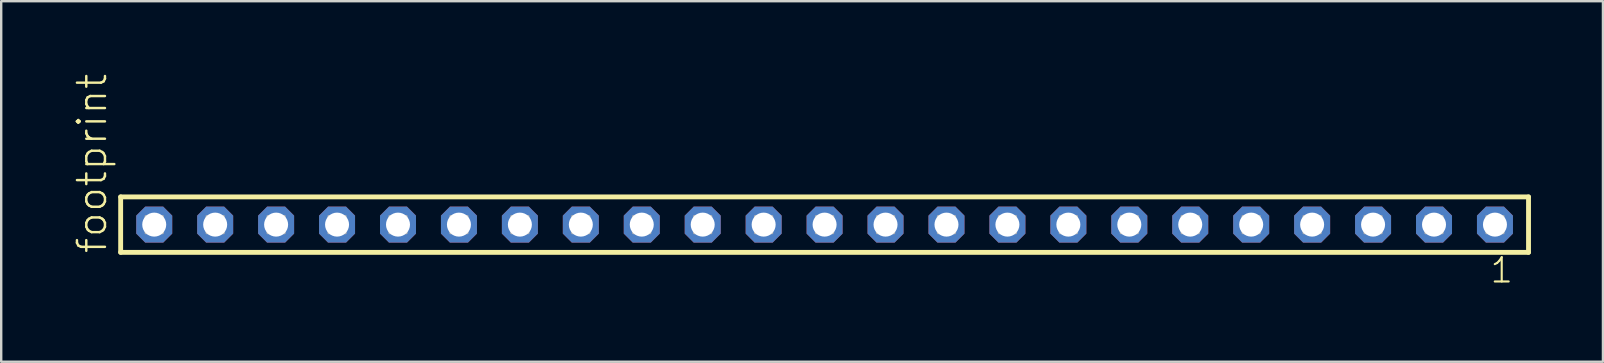
<source format=kicad_pcb>
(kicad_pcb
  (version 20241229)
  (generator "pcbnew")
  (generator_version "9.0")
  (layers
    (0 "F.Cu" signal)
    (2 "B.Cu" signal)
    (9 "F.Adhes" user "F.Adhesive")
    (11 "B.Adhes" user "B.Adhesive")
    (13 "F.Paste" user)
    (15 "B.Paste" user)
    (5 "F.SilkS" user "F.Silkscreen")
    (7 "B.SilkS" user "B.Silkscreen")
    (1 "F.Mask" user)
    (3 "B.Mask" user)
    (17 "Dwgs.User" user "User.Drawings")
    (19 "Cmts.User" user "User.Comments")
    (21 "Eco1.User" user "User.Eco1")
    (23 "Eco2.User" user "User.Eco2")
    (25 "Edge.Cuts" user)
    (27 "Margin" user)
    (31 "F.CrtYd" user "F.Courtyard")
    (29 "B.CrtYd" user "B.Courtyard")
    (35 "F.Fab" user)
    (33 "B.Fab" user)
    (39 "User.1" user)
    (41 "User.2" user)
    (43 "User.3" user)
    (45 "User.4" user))
  (footprint "footprint"
    (layer "F.Cu")
    (at 31.318 6.312)
    (property "Reference" "footprint" (at -29.845 1.27 90) (layer "F.SilkS") (effects (font (size 1.168 1.168) (thickness 0.102)) (justify left bottom)))
    (fp_line (start -29.339 -1.155) (end 29.339 -1.155) (stroke (width 0.203) (type solid)) (layer "F.SilkS"))
    (fp_line (start -29.339 1.155) (end -29.339 -1.155) (stroke (width 0.203) (type solid)) (layer "F.SilkS"))
    (fp_line (start 29.339 -1.155) (end 29.339 1.155) (stroke (width 0.203) (type solid)) (layer "F.SilkS"))
    (fp_line (start 29.339 1.155) (end -29.339 1.155) (stroke (width 0.203) (type solid)) (layer "F.SilkS"))
    (fp_poly (pts (xy -28.29 0.35) (xy -27.59 0.35) (xy -27.59 -0.35) (xy -28.29 -0.35)) (stroke (width 0.1) (type solid)) (fill no) (layer "F.Fab"))
    (fp_poly (pts (xy -25.75 0.35) (xy -25.05 0.35) (xy -25.05 -0.35) (xy -25.75 -0.35)) (stroke (width 0.1) (type solid)) (fill no) (layer "F.Fab"))
    (fp_poly (pts (xy -23.21 0.35) (xy -22.51 0.35) (xy -22.51 -0.35) (xy -23.21 -0.35)) (stroke (width 0.1) (type solid)) (fill no) (layer "F.Fab"))
    (fp_poly (pts (xy -20.67 0.35) (xy -19.97 0.35) (xy -19.97 -0.35) (xy -20.67 -0.35)) (stroke (width 0.1) (type solid)) (fill no) (layer "F.Fab"))
    (fp_poly (pts (xy -18.13 0.35) (xy -17.43 0.35) (xy -17.43 -0.35) (xy -18.13 -0.35)) (stroke (width 0.1) (type solid)) (fill no) (layer "F.Fab"))
    (fp_poly (pts (xy -15.59 0.35) (xy -14.89 0.35) (xy -14.89 -0.35) (xy -15.59 -0.35)) (stroke (width 0.1) (type solid)) (fill no) (layer "F.Fab"))
    (fp_poly (pts (xy -13.05 0.35) (xy -12.35 0.35) (xy -12.35 -0.35) (xy -13.05 -0.35)) (stroke (width 0.1) (type solid)) (fill no) (layer "F.Fab"))
    (fp_poly (pts (xy -10.51 0.35) (xy -9.81 0.35) (xy -9.81 -0.35) (xy -10.51 -0.35)) (stroke (width 0.1) (type solid)) (fill no) (layer "F.Fab"))
    (fp_poly (pts (xy -7.97 0.35) (xy -7.27 0.35) (xy -7.27 -0.35) (xy -7.97 -0.35)) (stroke (width 0.1) (type solid)) (fill no) (layer "F.Fab"))
    (fp_poly (pts (xy -5.43 0.35) (xy -4.73 0.35) (xy -4.73 -0.35) (xy -5.43 -0.35)) (stroke (width 0.1) (type solid)) (fill no) (layer "F.Fab"))
    (fp_poly (pts (xy -2.89 0.35) (xy -2.19 0.35) (xy -2.19 -0.35) (xy -2.89 -0.35)) (stroke (width 0.1) (type solid)) (fill no) (layer "F.Fab"))
    (fp_poly (pts (xy -0.35 0.35) (xy 0.35 0.35) (xy 0.35 -0.35) (xy -0.35 -0.35)) (stroke (width 0.1) (type solid)) (fill no) (layer "F.Fab"))
    (fp_poly (pts (xy 2.19 0.35) (xy 2.89 0.35) (xy 2.89 -0.35) (xy 2.19 -0.35)) (stroke (width 0.1) (type solid)) (fill no) (layer "F.Fab"))
    (fp_poly (pts (xy 4.73 0.35) (xy 5.43 0.35) (xy 5.43 -0.35) (xy 4.73 -0.35)) (stroke (width 0.1) (type solid)) (fill no) (layer "F.Fab"))
    (fp_poly (pts (xy 7.27 0.35) (xy 7.97 0.35) (xy 7.97 -0.35) (xy 7.27 -0.35)) (stroke (width 0.1) (type solid)) (fill no) (layer "F.Fab"))
    (fp_poly (pts (xy 9.81 0.35) (xy 10.51 0.35) (xy 10.51 -0.35) (xy 9.81 -0.35)) (stroke (width 0.1) (type solid)) (fill no) (layer "F.Fab"))
    (fp_poly (pts (xy 12.35 0.35) (xy 13.05 0.35) (xy 13.05 -0.35) (xy 12.35 -0.35)) (stroke (width 0.1) (type solid)) (fill no) (layer "F.Fab"))
    (fp_poly (pts (xy 14.89 0.35) (xy 15.59 0.35) (xy 15.59 -0.35) (xy 14.89 -0.35)) (stroke (width 0.1) (type solid)) (fill no) (layer "F.Fab"))
    (fp_poly (pts (xy 17.43 0.35) (xy 18.13 0.35) (xy 18.13 -0.35) (xy 17.43 -0.35)) (stroke (width 0.1) (type solid)) (fill no) (layer "F.Fab"))
    (fp_poly (pts (xy 19.97 0.35) (xy 20.67 0.35) (xy 20.67 -0.35) (xy 19.97 -0.35)) (stroke (width 0.1) (type solid)) (fill no) (layer "F.Fab"))
    (fp_poly (pts (xy 22.51 0.35) (xy 23.21 0.35) (xy 23.21 -0.35) (xy 22.51 -0.35)) (stroke (width 0.1) (type solid)) (fill no) (layer "F.Fab"))
    (fp_poly (pts (xy 25.05 0.35) (xy 25.75 0.35) (xy 25.75 -0.35) (xy 25.05 -0.35)) (stroke (width 0.1) (type solid)) (fill no) (layer "F.Fab"))
    (fp_poly (pts (xy 27.59 0.35) (xy 28.29 0.35) (xy 28.29 -0.35) (xy 27.59 -0.35)) (stroke (width 0.1) (type solid)) (fill no) (layer "F.Fab"))
    (fp_text user "1" (at 27.682 2.498 0) (layer "F.SilkS") (effects (font (size 1.012 1.012) (thickness 0.088)) (justify left bottom)))
    (pad "1" thru_hole roundrect (at 27.94 0 180) (size 1.5 1.5) (drill 1) (layers "*.Cu" "*.Mask") (roundrect_rratio 0.25) (chamfer_ratio 0.25) (chamfer top_left top_right bottom_left bottom_right))
    (pad "2" thru_hole roundrect (at 25.4 0 180) (size 1.5 1.5) (drill 1) (layers "*.Cu" "*.Mask") (roundrect_rratio 0.25) (chamfer_ratio 0.25) (chamfer top_left top_right bottom_left bottom_right))
    (pad "3" thru_hole roundrect (at 22.86 0 180) (size 1.5 1.5) (drill 1) (layers "*.Cu" "*.Mask") (roundrect_rratio 0.25) (chamfer_ratio 0.25) (chamfer top_left top_right bottom_left bottom_right))
    (pad "4" thru_hole roundrect (at 20.32 0 180) (size 1.5 1.5) (drill 1) (layers "*.Cu" "*.Mask") (roundrect_rratio 0.25) (chamfer_ratio 0.25) (chamfer top_left top_right bottom_left bottom_right))
    (pad "5" thru_hole roundrect (at 17.78 0 180) (size 1.5 1.5) (drill 1) (layers "*.Cu" "*.Mask") (roundrect_rratio 0.25) (chamfer_ratio 0.25) (chamfer top_left top_right bottom_left bottom_right))
    (pad "6" thru_hole roundrect (at 15.24 0 180) (size 1.5 1.5) (drill 1) (layers "*.Cu" "*.Mask") (roundrect_rratio 0.25) (chamfer_ratio 0.25) (chamfer top_left top_right bottom_left bottom_right))
    (pad "7" thru_hole roundrect (at 12.7 0 180) (size 1.5 1.5) (drill 1) (layers "*.Cu" "*.Mask") (roundrect_rratio 0.25) (chamfer_ratio 0.25) (chamfer top_left top_right bottom_left bottom_right))
    (pad "8" thru_hole roundrect (at 10.16 0 180) (size 1.5 1.5) (drill 1) (layers "*.Cu" "*.Mask") (roundrect_rratio 0.25) (chamfer_ratio 0.25) (chamfer top_left top_right bottom_left bottom_right))
    (pad "9" thru_hole roundrect (at 7.62 0 180) (size 1.5 1.5) (drill 1) (layers "*.Cu" "*.Mask") (roundrect_rratio 0.25) (chamfer_ratio 0.25) (chamfer top_left top_right bottom_left bottom_right))
    (pad "10" thru_hole roundrect (at 5.08 0 180) (size 1.5 1.5) (drill 1) (layers "*.Cu" "*.Mask") (roundrect_rratio 0.25) (chamfer_ratio 0.25) (chamfer top_left top_right bottom_left bottom_right))
    (pad "11" thru_hole roundrect (at 2.54 0 180) (size 1.5 1.5) (drill 1) (layers "*.Cu" "*.Mask") (roundrect_rratio 0.25) (chamfer_ratio 0.25) (chamfer top_left top_right bottom_left bottom_right))
    (pad "12" thru_hole roundrect (at 0 0 180) (size 1.5 1.5) (drill 1) (layers "*.Cu" "*.Mask") (roundrect_rratio 0.25) (chamfer_ratio 0.25) (chamfer top_left top_right bottom_left bottom_right))
    (pad "13" thru_hole roundrect (at -2.54 0 180) (size 1.5 1.5) (drill 1) (layers "*.Cu" "*.Mask") (roundrect_rratio 0.25) (chamfer_ratio 0.25) (chamfer top_left top_right bottom_left bottom_right))
    (pad "14" thru_hole roundrect (at -5.08 0 180) (size 1.5 1.5) (drill 1) (layers "*.Cu" "*.Mask") (roundrect_rratio 0.25) (chamfer_ratio 0.25) (chamfer top_left top_right bottom_left bottom_right))
    (pad "15" thru_hole roundrect (at -7.62 0 180) (size 1.5 1.5) (drill 1) (layers "*.Cu" "*.Mask") (roundrect_rratio 0.25) (chamfer_ratio 0.25) (chamfer top_left top_right bottom_left bottom_right))
    (pad "16" thru_hole roundrect (at -10.16 0 180) (size 1.5 1.5) (drill 1) (layers "*.Cu" "*.Mask") (roundrect_rratio 0.25) (chamfer_ratio 0.25) (chamfer top_left top_right bottom_left bottom_right))
    (pad "17" thru_hole roundrect (at -12.7 0 180) (size 1.5 1.5) (drill 1) (layers "*.Cu" "*.Mask") (roundrect_rratio 0.25) (chamfer_ratio 0.25) (chamfer top_left top_right bottom_left bottom_right))
    (pad "18" thru_hole roundrect (at -15.24 0 180) (size 1.5 1.5) (drill 1) (layers "*.Cu" "*.Mask") (roundrect_rratio 0.25) (chamfer_ratio 0.25) (chamfer top_left top_right bottom_left bottom_right))
    (pad "19" thru_hole roundrect (at -17.78 0 180) (size 1.5 1.5) (drill 1) (layers "*.Cu" "*.Mask") (roundrect_rratio 0.25) (chamfer_ratio 0.25) (chamfer top_left top_right bottom_left bottom_right))
    (pad "20" thru_hole roundrect (at -20.32 0 180) (size 1.5 1.5) (drill 1) (layers "*.Cu" "*.Mask") (roundrect_rratio 0.25) (chamfer_ratio 0.25) (chamfer top_left top_right bottom_left bottom_right))
    (pad "21" thru_hole roundrect (at -22.86 0 180) (size 1.5 1.5) (drill 1) (layers "*.Cu" "*.Mask") (roundrect_rratio 0.25) (chamfer_ratio 0.25) (chamfer top_left top_right bottom_left bottom_right))
    (pad "22" thru_hole roundrect (at -25.4 0 180) (size 1.5 1.5) (drill 1) (layers "*.Cu" "*.Mask") (roundrect_rratio 0.25) (chamfer_ratio 0.25) (chamfer top_left top_right bottom_left bottom_right))
    (pad "23" thru_hole roundrect (at -27.94 0 180) (size 1.5 1.5) (drill 1) (layers "*.Cu" "*.Mask") (roundrect_rratio 0.25) (chamfer_ratio 0.25) (chamfer top_left top_right bottom_left bottom_right)))
  (gr_rect
    (start -3 -3)
    (end 63.759 12.027)
    (stroke (width 0.1) (type default))
    (fill no)
    (layer "Edge.Cuts")))
</source>
